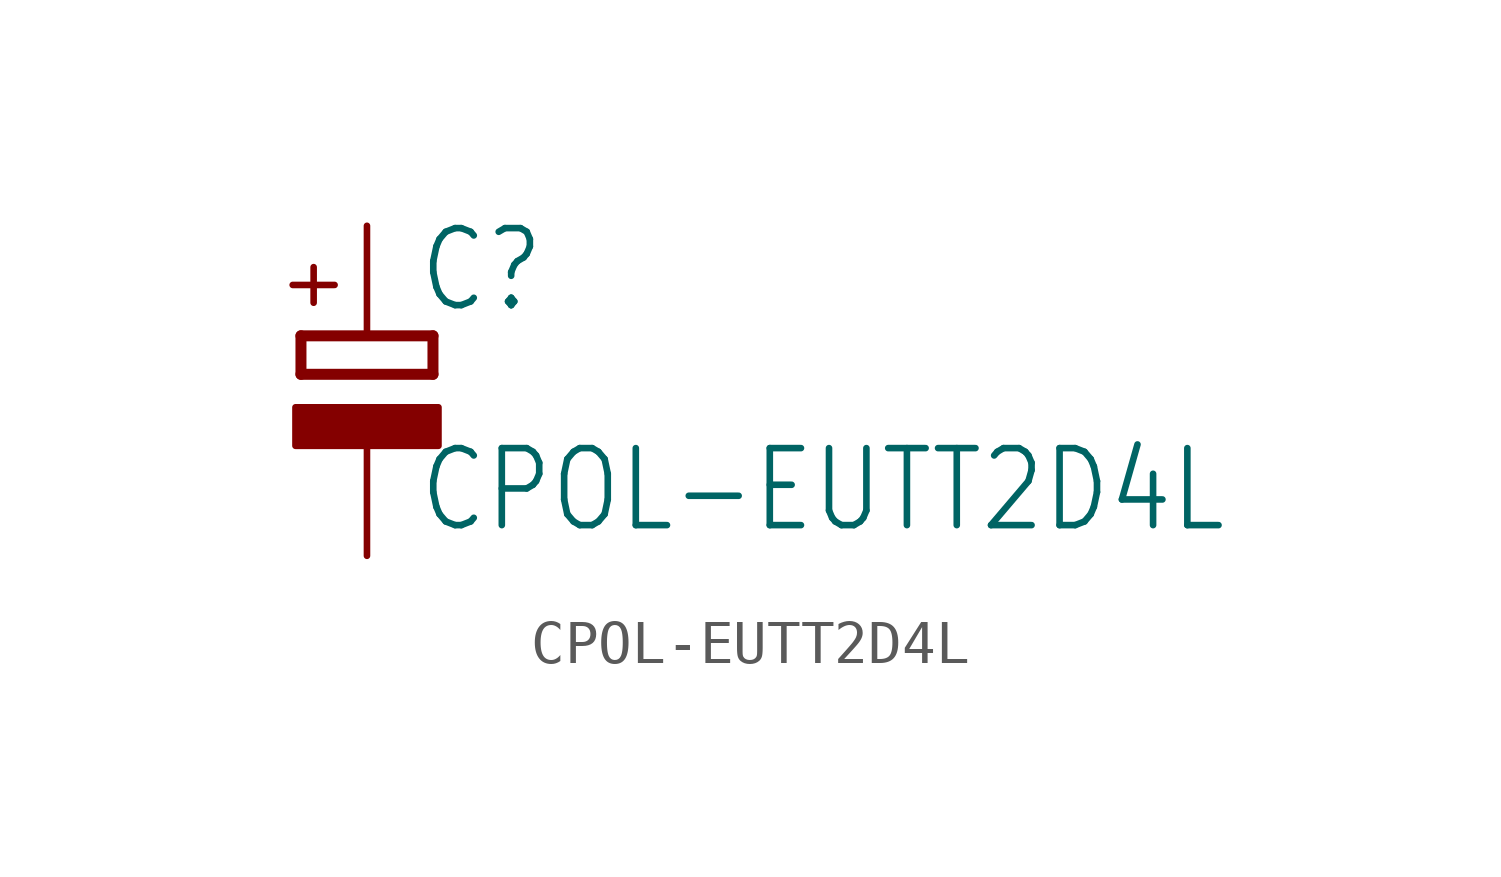
<source format=kicad_sym>
(kicad_symbol_lib
  (version 20211014)
  (generator kicad_symbol_editor)
  (symbol "CPOL-EUTT2D4L"
    (property "Reference" "C"
      (at 1.143 0.483 0)
      (effects (font (size 1.778 1.511)) (justify left bottom)))
    (property "Value" "CPOL-EUTT2D4L"
      (at 1.143 -4.597 0)
      (effects (font (size 1.778 1.511)) (justify left bottom)))
    (property "ki_locked" ""
      (at 0 0 0)
      (effects (font (size 1.27 1.27))))
    (symbol "CPOL-EUTT2D4L_1_0"
      (rectangle (start -1.651 -2.54) (end 1.651 -1.651) (stroke (width 0) (type default) (color 0 0 0 0)) (fill (type outline)))
      (polyline (pts (xy -1.524 -0.889) (xy 1.524 -0.889)) (stroke (width 0.254) (type default) (color 0 0 0 0)) (fill (type none)))
      (polyline (pts (xy -1.524 0) (xy -1.524 -0.889)) (stroke (width 0.254) (type default) (color 0 0 0 0)) (fill (type none)))
      (polyline (pts (xy -1.524 0) (xy 1.524 0)) (stroke (width 0.254) (type default) (color 0 0 0 0)) (fill (type none)))
      (polyline (pts (xy 1.524 -0.889) (xy 1.524 0)) (stroke (width 0.254) (type default) (color 0 0 0 0)) (fill (type none)))
      (text "+" (at -0.584 0.406 900) (effects (font (size 1.27 1.079)) (justify left bottom)))
      (pin passive line (at 0 2.54 270) (length 2.54) (name "+" (effects (font (size 0 0)))) (number "+" (effects (font (size 0 0)))))
      (pin passive line (at 0 -5.08 90) (length 2.54) (name "-" (effects (font (size 0 0)))) (number "-" (effects (font (size 0 0))))))))
</source>
